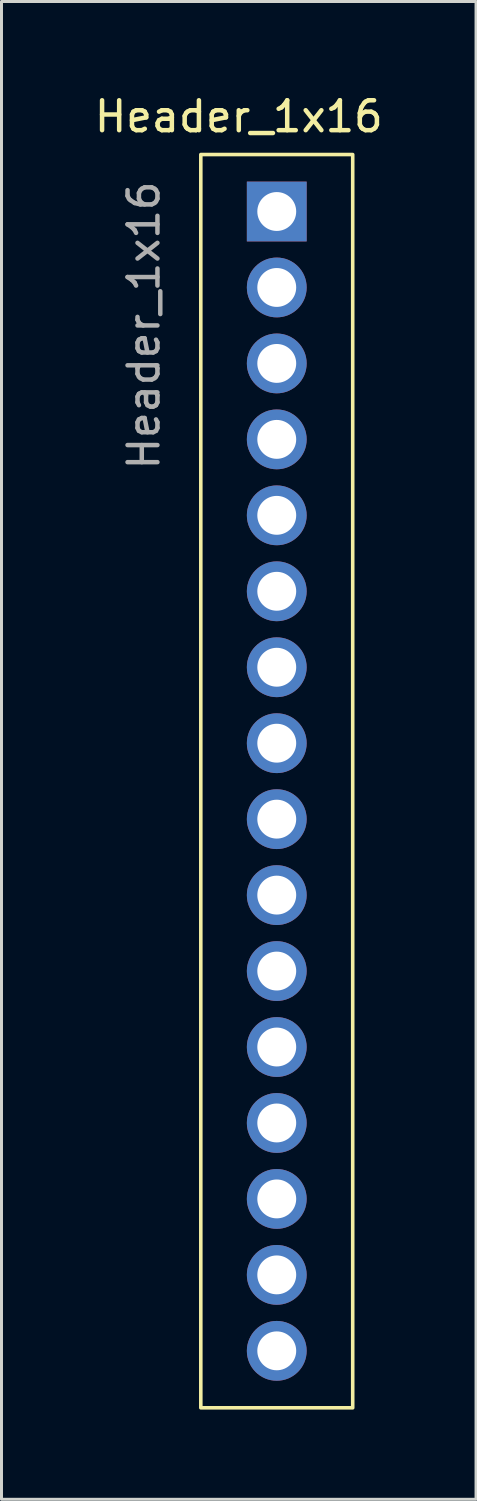
<source format=kicad_pcb>
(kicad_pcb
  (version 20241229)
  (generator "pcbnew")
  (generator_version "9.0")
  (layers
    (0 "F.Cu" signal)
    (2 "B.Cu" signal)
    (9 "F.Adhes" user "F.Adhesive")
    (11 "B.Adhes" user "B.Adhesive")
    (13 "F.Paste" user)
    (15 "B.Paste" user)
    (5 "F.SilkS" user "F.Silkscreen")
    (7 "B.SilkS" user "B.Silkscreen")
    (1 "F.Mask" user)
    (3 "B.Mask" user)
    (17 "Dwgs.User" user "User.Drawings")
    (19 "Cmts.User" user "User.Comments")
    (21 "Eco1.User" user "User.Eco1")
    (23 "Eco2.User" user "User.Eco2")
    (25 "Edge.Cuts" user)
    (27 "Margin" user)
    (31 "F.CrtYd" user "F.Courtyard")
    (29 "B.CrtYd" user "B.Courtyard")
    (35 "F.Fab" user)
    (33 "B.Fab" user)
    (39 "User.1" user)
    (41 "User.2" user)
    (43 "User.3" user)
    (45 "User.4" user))
  (footprint "Header_1x16"
    (layer "F.Cu")
    (at 6.205 4.023)
    (property "Reference" "Header_1x16" (at -1.27 -3.175 0) (unlocked yes) (layer "F.SilkS") (effects (font (size 1 1) (thickness 0.15))))
    (attr through_hole)
    (fp_rect (start -2.54 -1.905) (end 2.54 40.005) (stroke (width 0.12) (type solid)) (fill no) (layer "F.SilkS"))
    (fp_text user "${REFERENCE}" (at -4.445 3.81 90) (unlocked yes) (layer "F.Fab") (effects (font (size 1 1) (thickness 0.15))))
    (pad "1" thru_hole rect (at 0 0) (size 2 2) (drill 1.3) (layers "*.Cu" "*.Mask"))
    (pad "2" thru_hole circle (at 0 2.54) (size 2 2) (drill 1.3) (layers "*.Cu" "*.Mask"))
    (pad "3" thru_hole circle (at 0 5.08) (size 2 2) (drill 1.3) (layers "*.Cu" "*.Mask"))
    (pad "4" thru_hole circle (at 0 7.62) (size 2 2) (drill 1.3) (layers "*.Cu" "*.Mask"))
    (pad "5" thru_hole circle (at 0 10.16) (size 2 2) (drill 1.3) (layers "*.Cu" "*.Mask"))
    (pad "6" thru_hole circle (at 0 12.7) (size 2 2) (drill 1.3) (layers "*.Cu" "*.Mask"))
    (pad "7" thru_hole circle (at 0 15.24) (size 2 2) (drill 1.3) (layers "*.Cu" "*.Mask"))
    (pad "8" thru_hole circle (at 0 17.78) (size 2 2) (drill 1.3) (layers "*.Cu" "*.Mask"))
    (pad "9" thru_hole circle (at 0 20.32) (size 2 2) (drill 1.3) (layers "*.Cu" "*.Mask"))
    (pad "10" thru_hole circle (at 0 22.86) (size 2 2) (drill 1.3) (layers "*.Cu" "*.Mask"))
    (pad "11" thru_hole circle (at 0 25.4) (size 2 2) (drill 1.3) (layers "*.Cu" "*.Mask"))
    (pad "12" thru_hole circle (at 0 27.94) (size 2 2) (drill 1.3) (layers "*.Cu" "*.Mask"))
    (pad "13" thru_hole circle (at 0 30.48) (size 2 2) (drill 1.3) (layers "*.Cu" "*.Mask"))
    (pad "14" thru_hole circle (at 0 33.02) (size 2 2) (drill 1.3) (layers "*.Cu" "*.Mask"))
    (pad "15" thru_hole circle (at 0 35.56) (size 2 2) (drill 1.3) (layers "*.Cu" "*.Mask"))
    (pad "16" thru_hole circle (at 0 38.1) (size 2 2) (drill 1.3) (layers "*.Cu" "*.Mask")))
  (gr_rect
    (start -3 -3)
    (end 12.869 47.088)
    (stroke (width 0.1) (type default))
    (fill no)
    (layer "Edge.Cuts")))
</source>
